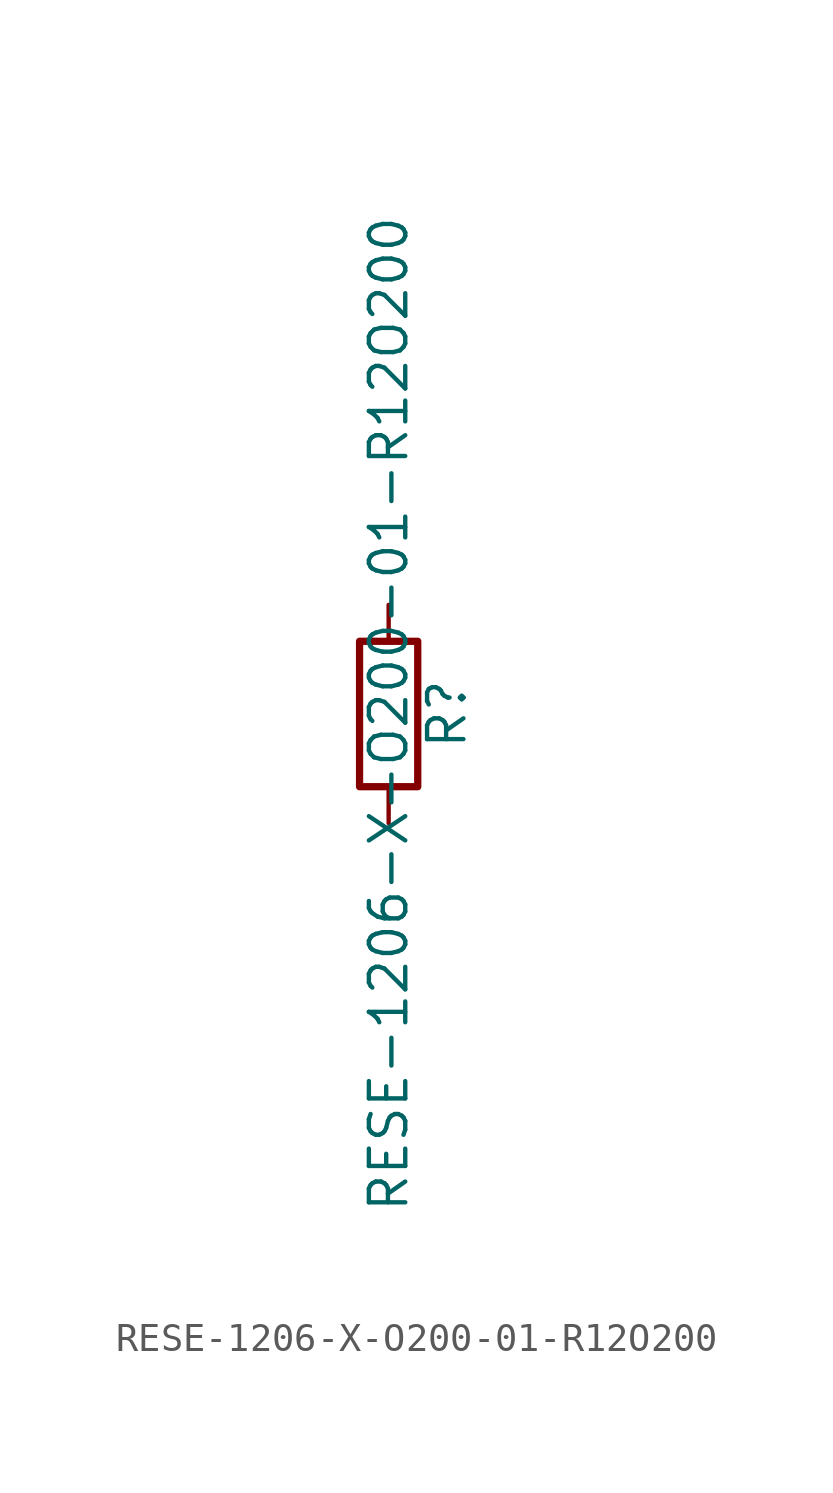
<source format=kicad_sym>
(kicad_symbol_lib
  (version 20211014)
  (generator kicad_symbol_editor)
  (symbol "RESE-1206-X-O200-01-R12O200"
    (pin_numbers hide)
    (pin_names
      (offset 0))
    (property "Reference" "R"
      (at 2.032 0 90)
      (effects (font (size 1.27 1.27))))
    (property "Value" "RESE-1206-X-O200-01-R12O200"
      (at 0 0 90)
      (effects (font (size 1.27 1.27))))
    (symbol "RESE-1206-X-O200-01-R12O200_0_1"
      (rectangle (start -1.016 -2.54) (end 1.016 2.54) (stroke (width 0.254) (type default) (color 0 0 0 0)) (fill (type none))))
    (symbol "RESE-1206-X-O200-01-R12O200_1_1"
      (pin passive line (at 0 3.81 270) (length 1.27) (name "~" (effects (font (size 1.27 1.27)))) (number "1" (effects (font (size 1.27 1.27)))))
      (pin passive line (at 0 -3.81 90) (length 1.27) (name "~" (effects (font (size 1.27 1.27)))) (number "2" (effects (font (size 1.27 1.27))))))))
</source>
